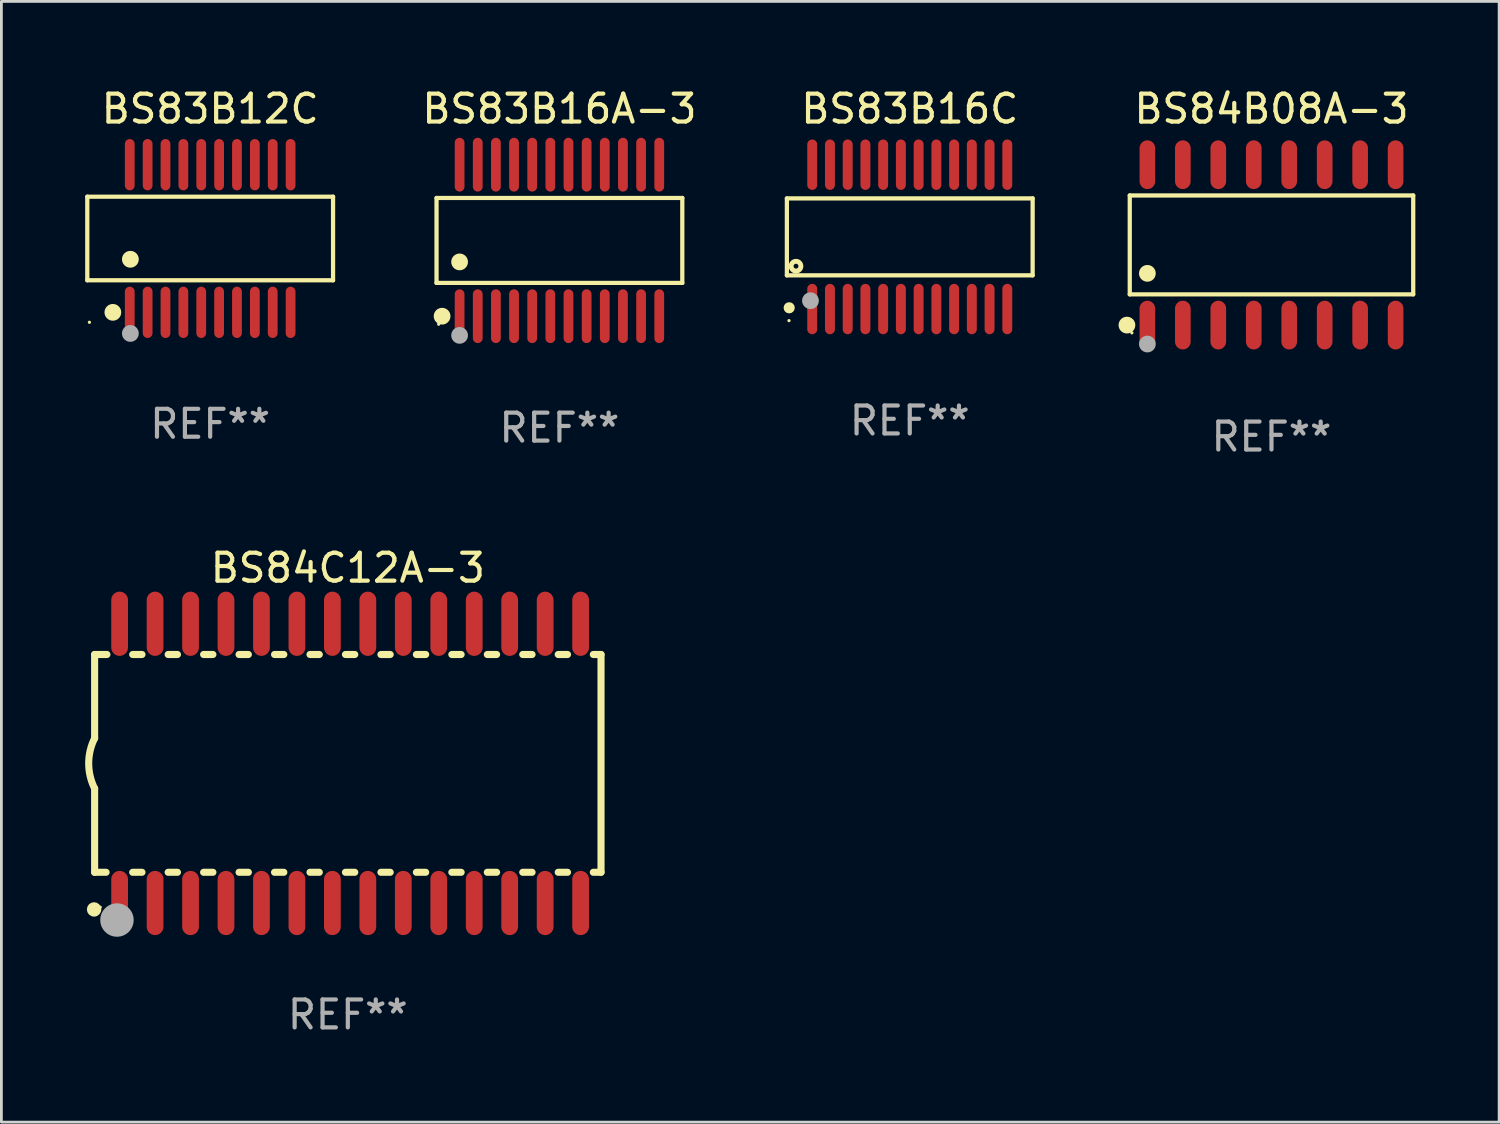
<source format=kicad_pcb>
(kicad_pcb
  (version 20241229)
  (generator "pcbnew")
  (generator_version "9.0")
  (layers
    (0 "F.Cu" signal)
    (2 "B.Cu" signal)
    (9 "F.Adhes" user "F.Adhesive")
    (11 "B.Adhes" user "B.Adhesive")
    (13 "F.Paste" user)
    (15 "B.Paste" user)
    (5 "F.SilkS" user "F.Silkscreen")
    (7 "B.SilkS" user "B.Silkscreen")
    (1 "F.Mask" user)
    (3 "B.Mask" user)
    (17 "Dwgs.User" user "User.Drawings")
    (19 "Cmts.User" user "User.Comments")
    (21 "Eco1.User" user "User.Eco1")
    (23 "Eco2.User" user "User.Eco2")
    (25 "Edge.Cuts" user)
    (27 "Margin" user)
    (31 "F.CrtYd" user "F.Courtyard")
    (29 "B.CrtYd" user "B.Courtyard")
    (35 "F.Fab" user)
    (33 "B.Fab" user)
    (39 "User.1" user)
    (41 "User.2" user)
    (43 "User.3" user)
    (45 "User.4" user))
  (footprint "BS84B08A-3"
    (layer "F.Cu")
    (at 42.487 5.721)
    (property "Reference" "BS84B08A-3" (at 0 -4.872 0) (layer "F.SilkS") (effects (font (size 1 1) (thickness 0.15))))
    (attr through_hole)
    (fp_line (start -5.076 -1.771) (end 5.076 -1.771) (stroke (width 0.152) (type solid)) (layer "F.SilkS"))
    (fp_line (start -5.076 1.771) (end -5.076 -1.771) (stroke (width 0.152) (type solid)) (layer "F.SilkS"))
    (fp_line (start 5.076 -1.771) (end 5.076 1.771) (stroke (width 0.152) (type solid)) (layer "F.SilkS"))
    (fp_line (start 5.076 1.771) (end -5.076 1.771) (stroke (width 0.152) (type solid)) (layer "F.SilkS"))
    (fp_circle (center -5.177 2.872) (end -5.027 2.872) (stroke (width 0.3) (type solid)) (fill no) (layer "F.SilkS"))
    (fp_circle (center -5 3.15) (end -4.97 3.15) (stroke (width 0.06) (type solid)) (fill no) (layer "F.SilkS"))
    (fp_circle (center -4.445 1.019) (end -4.295 1.019) (stroke (width 0.3) (type solid)) (fill no) (layer "F.SilkS"))
    (fp_circle (center -4.445 3.55) (end -4.295 3.55) (stroke (width 0.3) (type solid)) (fill no) (layer "F.Fab"))
    (fp_text user "REF**" (at 0 6.872 0) (layer "F.Fab") (effects (font (size 1 1) (thickness 0.15))))
    (pad "1" smd oval (at -4.445 2.872) (size 0.56 1.745) (layers "F.Cu" "F.Mask" "F.Paste"))
    (pad "2" smd oval (at -3.175 2.872) (size 0.56 1.745) (layers "F.Cu" "F.Mask" "F.Paste"))
    (pad "3" smd oval (at -1.905 2.872) (size 0.56 1.745) (layers "F.Cu" "F.Mask" "F.Paste"))
    (pad "4" smd oval (at -0.635 2.872) (size 0.56 1.745) (layers "F.Cu" "F.Mask" "F.Paste"))
    (pad "5" smd oval (at 0.635 2.872) (size 0.56 1.745) (layers "F.Cu" "F.Mask" "F.Paste"))
    (pad "6" smd oval (at 1.905 2.872) (size 0.56 1.745) (layers "F.Cu" "F.Mask" "F.Paste"))
    (pad "7" smd oval (at 3.175 2.872) (size 0.56 1.745) (layers "F.Cu" "F.Mask" "F.Paste"))
    (pad "8" smd oval (at 4.445 2.872) (size 0.56 1.745) (layers "F.Cu" "F.Mask" "F.Paste"))
    (pad "9" smd oval (at 4.445 -2.872) (size 0.56 1.745) (layers "F.Cu" "F.Mask" "F.Paste"))
    (pad "10" smd oval (at 3.175 -2.872) (size 0.56 1.745) (layers "F.Cu" "F.Mask" "F.Paste"))
    (pad "11" smd oval (at 1.905 -2.872) (size 0.56 1.745) (layers "F.Cu" "F.Mask" "F.Paste"))
    (pad "12" smd oval (at 0.635 -2.872) (size 0.56 1.745) (layers "F.Cu" "F.Mask" "F.Paste"))
    (pad "13" smd oval (at -0.635 -2.872) (size 0.56 1.745) (layers "F.Cu" "F.Mask" "F.Paste"))
    (pad "14" smd oval (at -1.905 -2.872) (size 0.56 1.745) (layers "F.Cu" "F.Mask" "F.Paste"))
    (pad "15" smd oval (at -3.175 -2.872) (size 0.56 1.745) (layers "F.Cu" "F.Mask" "F.Paste"))
    (pad "16" smd oval (at -4.445 -2.872) (size 0.56 1.745) (layers "F.Cu" "F.Mask" "F.Paste")))
  (footprint "BS83B16A-3"
    (layer "F.Cu")
    (at 16.985 5.561)
    (property "Reference" "BS83B16A-3" (at 0 -4.713 0) (layer "F.SilkS") (effects (font (size 1 1) (thickness 0.15))))
    (attr through_hole)
    (fp_line (start -4.401 -1.521) (end 4.401 -1.521) (stroke (width 0.152) (type solid)) (layer "F.SilkS"))
    (fp_line (start -4.401 1.521) (end -4.401 -1.521) (stroke (width 0.152) (type solid)) (layer "F.SilkS"))
    (fp_line (start 4.401 -1.521) (end 4.401 1.521) (stroke (width 0.152) (type solid)) (layer "F.SilkS"))
    (fp_line (start 4.401 1.521) (end -4.401 1.521) (stroke (width 0.152) (type solid)) (layer "F.SilkS"))
    (fp_circle (center -4.325 3) (end -4.295 3) (stroke (width 0.06) (type solid)) (fill no) (layer "F.SilkS"))
    (fp_circle (center -4.202 2.713) (end -4.052 2.713) (stroke (width 0.3) (type solid)) (fill no) (layer "F.SilkS"))
    (fp_circle (center -3.575 0.769) (end -3.425 0.769) (stroke (width 0.3) (type solid)) (fill no) (layer "F.SilkS"))
    (fp_circle (center -3.575 3.4) (end -3.425 3.4) (stroke (width 0.3) (type solid)) (fill no) (layer "F.Fab"))
    (fp_text user "REF**" (at 0 6.713 0) (layer "F.Fab") (effects (font (size 1 1) (thickness 0.15))))
    (pad "1" smd oval (at -3.575 2.713) (size 0.35 1.926) (layers "F.Cu" "F.Mask" "F.Paste"))
    (pad "2" smd oval (at -2.925 2.713) (size 0.35 1.926) (layers "F.Cu" "F.Mask" "F.Paste"))
    (pad "3" smd oval (at -2.275 2.713) (size 0.35 1.926) (layers "F.Cu" "F.Mask" "F.Paste"))
    (pad "4" smd oval (at -1.625 2.713) (size 0.35 1.926) (layers "F.Cu" "F.Mask" "F.Paste"))
    (pad "5" smd oval (at -0.975 2.713) (size 0.35 1.926) (layers "F.Cu" "F.Mask" "F.Paste"))
    (pad "6" smd oval (at -0.325 2.713) (size 0.35 1.926) (layers "F.Cu" "F.Mask" "F.Paste"))
    (pad "7" smd oval (at 0.325 2.713) (size 0.35 1.926) (layers "F.Cu" "F.Mask" "F.Paste"))
    (pad "8" smd oval (at 0.975 2.713) (size 0.35 1.926) (layers "F.Cu" "F.Mask" "F.Paste"))
    (pad "9" smd oval (at 1.625 2.713) (size 0.35 1.926) (layers "F.Cu" "F.Mask" "F.Paste"))
    (pad "10" smd oval (at 2.275 2.713) (size 0.35 1.926) (layers "F.Cu" "F.Mask" "F.Paste"))
    (pad "11" smd oval (at 2.925 2.713) (size 0.35 1.926) (layers "F.Cu" "F.Mask" "F.Paste"))
    (pad "12" smd oval (at 3.575 2.713) (size 0.35 1.926) (layers "F.Cu" "F.Mask" "F.Paste"))
    (pad "13" smd oval (at 3.575 -2.713) (size 0.35 1.926) (layers "F.Cu" "F.Mask" "F.Paste"))
    (pad "14" smd oval (at 2.925 -2.713) (size 0.35 1.926) (layers "F.Cu" "F.Mask" "F.Paste"))
    (pad "15" smd oval (at 2.275 -2.713) (size 0.35 1.926) (layers "F.Cu" "F.Mask" "F.Paste"))
    (pad "16" smd oval (at 1.625 -2.713) (size 0.35 1.926) (layers "F.Cu" "F.Mask" "F.Paste"))
    (pad "17" smd oval (at 0.975 -2.713) (size 0.35 1.926) (layers "F.Cu" "F.Mask" "F.Paste"))
    (pad "18" smd oval (at 0.325 -2.713) (size 0.35 1.926) (layers "F.Cu" "F.Mask" "F.Paste"))
    (pad "19" smd oval (at -0.325 -2.713) (size 0.35 1.926) (layers "F.Cu" "F.Mask" "F.Paste"))
    (pad "20" smd oval (at -0.975 -2.713) (size 0.35 1.926) (layers "F.Cu" "F.Mask" "F.Paste"))
    (pad "21" smd oval (at -1.625 -2.713) (size 0.35 1.926) (layers "F.Cu" "F.Mask" "F.Paste"))
    (pad "22" smd oval (at -2.275 -2.713) (size 0.35 1.926) (layers "F.Cu" "F.Mask" "F.Paste"))
    (pad "23" smd oval (at -2.925 -2.713) (size 0.35 1.926) (layers "F.Cu" "F.Mask" "F.Paste"))
    (pad "24" smd oval (at -3.575 -2.713) (size 0.35 1.926) (layers "F.Cu" "F.Mask" "F.Paste")))
  (footprint "BS84C12A-3"
    (layer "F.Cu")
    (at 9.407 24.29)
    (property "Reference" "BS84C12A-3" (at 0 -7 0) (layer "F.SilkS") (effects (font (size 1 1) (thickness 0.15))))
    (attr through_hole)
    (fp_line (start -9.068 -3.9) (end -9.068 -0.9) (stroke (width 0.254) (type solid)) (layer "F.SilkS"))
    (fp_line (start -9.068 -3.9) (end -8.628 -3.9) (stroke (width 0.254) (type solid)) (layer "F.SilkS"))
    (fp_line (start -9.068 3.9) (end -9.068 0.9) (stroke (width 0.254) (type solid)) (layer "F.SilkS"))
    (fp_line (start -9.068 3.9) (end -8.658 3.9) (stroke (width 0.254) (type solid)) (layer "F.SilkS"))
    (fp_line (start -7.705 -3.9) (end -7.372 -3.9) (stroke (width 0.254) (type solid)) (layer "F.SilkS"))
    (fp_line (start -7.705 3.9) (end -7.372 3.9) (stroke (width 0.254) (type solid)) (layer "F.SilkS"))
    (fp_line (start -6.435 3.9) (end -6.102 3.9) (stroke (width 0.254) (type solid)) (layer "F.SilkS"))
    (fp_line (start -6.435 -3.9) (end -6.102 -3.9) (stroke (width 0.254) (type solid)) (layer "F.SilkS"))
    (fp_line (start -5.165 3.9) (end -4.832 3.9) (stroke (width 0.254) (type solid)) (layer "F.SilkS"))
    (fp_line (start -5.165 -3.9) (end -4.832 -3.9) (stroke (width 0.254) (type solid)) (layer "F.SilkS"))
    (fp_line (start -3.895 3.9) (end -3.562 3.9) (stroke (width 0.254) (type solid)) (layer "F.SilkS"))
    (fp_line (start -3.895 -3.9) (end -3.562 -3.9) (stroke (width 0.254) (type solid)) (layer "F.SilkS"))
    (fp_line (start -2.625 3.9) (end -2.292 3.9) (stroke (width 0.254) (type solid)) (layer "F.SilkS"))
    (fp_line (start -2.625 -3.9) (end -2.292 -3.9) (stroke (width 0.254) (type solid)) (layer "F.SilkS"))
    (fp_line (start -1.355 3.9) (end -1.022 3.9) (stroke (width 0.254) (type solid)) (layer "F.SilkS"))
    (fp_line (start -1.355 -3.9) (end -1.022 -3.9) (stroke (width 0.254) (type solid)) (layer "F.SilkS"))
    (fp_line (start -0.085 3.9) (end 0.248 3.9) (stroke (width 0.254) (type solid)) (layer "F.SilkS"))
    (fp_line (start -0.085 -3.9) (end 0.248 -3.9) (stroke (width 0.254) (type solid)) (layer "F.SilkS"))
    (fp_line (start 1.185 3.9) (end 1.518 3.9) (stroke (width 0.254) (type solid)) (layer "F.SilkS"))
    (fp_line (start 1.185 -3.9) (end 1.518 -3.9) (stroke (width 0.254) (type solid)) (layer "F.SilkS"))
    (fp_line (start 2.455 3.9) (end 2.788 3.9) (stroke (width 0.254) (type solid)) (layer "F.SilkS"))
    (fp_line (start 2.455 -3.9) (end 2.788 -3.9) (stroke (width 0.254) (type solid)) (layer "F.SilkS"))
    (fp_line (start 3.725 3.9) (end 4.058 3.9) (stroke (width 0.254) (type solid)) (layer "F.SilkS"))
    (fp_line (start 3.725 -3.9) (end 4.058 -3.9) (stroke (width 0.254) (type solid)) (layer "F.SilkS"))
    (fp_line (start 4.995 3.9) (end 5.328 3.9) (stroke (width 0.254) (type solid)) (layer "F.SilkS"))
    (fp_line (start 4.995 -3.9) (end 5.328 -3.9) (stroke (width 0.254) (type solid)) (layer "F.SilkS"))
    (fp_line (start 6.265 3.9) (end 6.598 3.9) (stroke (width 0.254) (type solid)) (layer "F.SilkS"))
    (fp_line (start 6.265 -3.9) (end 6.598 -3.9) (stroke (width 0.254) (type solid)) (layer "F.SilkS"))
    (fp_line (start 7.535 -3.9) (end 7.868 -3.9) (stroke (width 0.254) (type solid)) (layer "F.SilkS"))
    (fp_line (start 7.535 3.9) (end 7.868 3.9) (stroke (width 0.254) (type solid)) (layer "F.SilkS"))
    (fp_line (start 8.792 -3.9) (end 8.868 -3.9) (stroke (width 0.254) (type solid)) (layer "F.SilkS"))
    (fp_line (start 8.792 3.9) (end 9.068 3.9) (stroke (width 0.254) (type solid)) (layer "F.SilkS"))
    (fp_line (start 8.868 -3.9) (end 9.068 -3.9) (stroke (width 0.254) (type solid)) (layer "F.SilkS"))
    (fp_line (start 9.068 -3.9) (end 9.068 3.9) (stroke (width 0.254) (type solid)) (layer "F.SilkS"))
    (fp_arc (start -9.068021 0.900432) (mid -9.280415 0.000246) (end -9.068275 -0.9) (stroke (width 0.254001) (type solid)) (layer "F.SilkS"))
    (fp_circle (center -9.088 5.23) (end -8.957 5.23) (stroke (width 0.254) (type solid)) (fill no) (layer "F.SilkS"))
    (fp_circle (center -8.868 5.15) (end -8.838 5.15) (stroke (width 0.06) (type solid)) (fill no) (layer "F.SilkS"))
    (fp_circle (center -8.268 5.61) (end -7.968 5.61) (stroke (width 0.6) (type solid)) (fill no) (layer "F.Fab"))
    (fp_text user "REF**" (at 0 9 0) (layer "F.Fab") (effects (font (size 1 1) (thickness 0.15))))
    (pad "1" smd oval (at -8.173 5) (size 0.6 2.3) (layers "F.Cu" "F.Mask" "F.Paste"))
    (pad "2" smd oval (at -6.903 5) (size 0.6 2.3) (layers "F.Cu" "F.Mask" "F.Paste"))
    (pad "3" smd oval (at -5.633 5) (size 0.6 2.3) (layers "F.Cu" "F.Mask" "F.Paste"))
    (pad "4" smd oval (at -4.363 5) (size 0.6 2.3) (layers "F.Cu" "F.Mask" "F.Paste"))
    (pad "5" smd oval (at -3.093 5) (size 0.6 2.3) (layers "F.Cu" "F.Mask" "F.Paste"))
    (pad "6" smd oval (at -1.823 5) (size 0.6 2.3) (layers "F.Cu" "F.Mask" "F.Paste"))
    (pad "7" smd oval (at -0.553 5) (size 0.6 2.3) (layers "F.Cu" "F.Mask" "F.Paste"))
    (pad "8" smd oval (at 0.717 5) (size 0.6 2.3) (layers "F.Cu" "F.Mask" "F.Paste"))
    (pad "9" smd oval (at 1.987 5) (size 0.6 2.3) (layers "F.Cu" "F.Mask" "F.Paste"))
    (pad "10" smd oval (at 3.257 5) (size 0.6 2.3) (layers "F.Cu" "F.Mask" "F.Paste"))
    (pad "11" smd oval (at 4.527 5) (size 0.6 2.3) (layers "F.Cu" "F.Mask" "F.Paste"))
    (pad "12" smd oval (at 5.797 5) (size 0.6 2.3) (layers "F.Cu" "F.Mask" "F.Paste"))
    (pad "13" smd oval (at 7.067 5) (size 0.6 2.3) (layers "F.Cu" "F.Mask" "F.Paste"))
    (pad "14" smd oval (at 8.337 5) (size 0.6 2.3) (layers "F.Cu" "F.Mask" "F.Paste"))
    (pad "15" smd oval (at 8.337 -5) (size 0.6 2.3) (layers "F.Cu" "F.Mask" "F.Paste"))
    (pad "16" smd oval (at 7.067 -5) (size 0.6 2.3) (layers "F.Cu" "F.Mask" "F.Paste"))
    (pad "17" smd oval (at 5.797 -5) (size 0.6 2.3) (layers "F.Cu" "F.Mask" "F.Paste"))
    (pad "18" smd oval (at 4.527 -5) (size 0.6 2.3) (layers "F.Cu" "F.Mask" "F.Paste"))
    (pad "19" smd oval (at 3.257 -5) (size 0.6 2.3) (layers "F.Cu" "F.Mask" "F.Paste"))
    (pad "20" smd oval (at 1.987 -5) (size 0.6 2.3) (layers "F.Cu" "F.Mask" "F.Paste"))
    (pad "21" smd oval (at 0.717 -5) (size 0.6 2.3) (layers "F.Cu" "F.Mask" "F.Paste"))
    (pad "22" smd oval (at -0.553 -5) (size 0.6 2.3) (layers "F.Cu" "F.Mask" "F.Paste"))
    (pad "23" smd oval (at -1.823 -5) (size 0.6 2.3) (layers "F.Cu" "F.Mask" "F.Paste"))
    (pad "24" smd oval (at -3.093 -5) (size 0.6 2.3) (layers "F.Cu" "F.Mask" "F.Paste"))
    (pad "25" smd oval (at -4.363 -5) (size 0.6 2.3) (layers "F.Cu" "F.Mask" "F.Paste"))
    (pad "26" smd oval (at -5.633 -5) (size 0.6 2.3) (layers "F.Cu" "F.Mask" "F.Paste"))
    (pad "27" smd oval (at -6.903 -5) (size 0.6 2.3) (layers "F.Cu" "F.Mask" "F.Paste"))
    (pad "28" smd oval (at -8.173 -5) (size 0.6 2.3) (layers "F.Cu" "F.Mask" "F.Paste")))
  (footprint "BS83B16C"
    (layer "F.Cu")
    (at 29.532 5.433)
    (property "Reference" "BS83B16C" (at 0 -4.585 0) (layer "F.SilkS") (effects (font (size 1 1) (thickness 0.15))))
    (attr through_hole)
    (fp_line (start -4.401 -1.378) (end 4.401 -1.378) (stroke (width 0.152) (type solid)) (layer "F.SilkS"))
    (fp_line (start -4.401 1.378) (end -4.401 -1.378) (stroke (width 0.152) (type solid)) (layer "F.SilkS"))
    (fp_line (start 4.401 -1.378) (end 4.401 1.378) (stroke (width 0.152) (type solid)) (layer "F.SilkS"))
    (fp_line (start 4.401 1.378) (end -4.401 1.378) (stroke (width 0.152) (type solid)) (layer "F.SilkS"))
    (fp_circle (center -4.325 3) (end -4.295 3) (stroke (width 0.06) (type solid)) (fill no) (layer "F.SilkS"))
    (fp_circle (center -4.318 2.54) (end -4.218 2.54) (stroke (width 0.2) (type solid)) (fill no) (layer "F.SilkS"))
    (fp_circle (center -4.074 1.05) (end -3.987 1.05) (stroke (width 0.175) (type solid)) (fill no) (layer "F.SilkS"))
    (fp_circle (center -3.556 2.286) (end -3.406 2.286) (stroke (width 0.3) (type solid)) (fill no) (layer "F.Fab"))
    (fp_text user "REF**" (at 0 6.585 0) (layer "F.Fab") (effects (font (size 1 1) (thickness 0.15))))
    (pad "1" smd oval (at -3.493 2.585) (size 0.356 1.805) (layers "F.Cu" "F.Mask" "F.Paste"))
    (pad "2" smd oval (at -2.858 2.585) (size 0.356 1.805) (layers "F.Cu" "F.Mask" "F.Paste"))
    (pad "3" smd oval (at -2.223 2.585) (size 0.356 1.805) (layers "F.Cu" "F.Mask" "F.Paste"))
    (pad "4" smd oval (at -1.588 2.585) (size 0.356 1.805) (layers "F.Cu" "F.Mask" "F.Paste"))
    (pad "5" smd oval (at -0.953 2.585) (size 0.356 1.805) (layers "F.Cu" "F.Mask" "F.Paste"))
    (pad "6" smd oval (at -0.318 2.585) (size 0.356 1.805) (layers "F.Cu" "F.Mask" "F.Paste"))
    (pad "7" smd oval (at 0.318 2.585) (size 0.356 1.805) (layers "F.Cu" "F.Mask" "F.Paste"))
    (pad "8" smd oval (at 0.953 2.585) (size 0.356 1.805) (layers "F.Cu" "F.Mask" "F.Paste"))
    (pad "9" smd oval (at 1.588 2.585) (size 0.356 1.805) (layers "F.Cu" "F.Mask" "F.Paste"))
    (pad "10" smd oval (at 2.223 2.585) (size 0.356 1.805) (layers "F.Cu" "F.Mask" "F.Paste"))
    (pad "11" smd oval (at 2.858 2.585) (size 0.356 1.805) (layers "F.Cu" "F.Mask" "F.Paste"))
    (pad "12" smd oval (at 3.493 2.585) (size 0.356 1.805) (layers "F.Cu" "F.Mask" "F.Paste"))
    (pad "13" smd oval (at 3.493 -2.585) (size 0.356 1.805) (layers "F.Cu" "F.Mask" "F.Paste"))
    (pad "14" smd oval (at 2.858 -2.585) (size 0.356 1.805) (layers "F.Cu" "F.Mask" "F.Paste"))
    (pad "15" smd oval (at 2.223 -2.585) (size 0.356 1.805) (layers "F.Cu" "F.Mask" "F.Paste"))
    (pad "16" smd oval (at 1.588 -2.585) (size 0.356 1.805) (layers "F.Cu" "F.Mask" "F.Paste"))
    (pad "17" smd oval (at 0.953 -2.585) (size 0.356 1.805) (layers "F.Cu" "F.Mask" "F.Paste"))
    (pad "18" smd oval (at 0.318 -2.585) (size 0.356 1.805) (layers "F.Cu" "F.Mask" "F.Paste"))
    (pad "19" smd oval (at -0.318 -2.585) (size 0.356 1.805) (layers "F.Cu" "F.Mask" "F.Paste"))
    (pad "20" smd oval (at -0.953 -2.585) (size 0.356 1.805) (layers "F.Cu" "F.Mask" "F.Paste"))
    (pad "21" smd oval (at -1.588 -2.585) (size 0.356 1.805) (layers "F.Cu" "F.Mask" "F.Paste"))
    (pad "22" smd oval (at -2.223 -2.585) (size 0.356 1.805) (layers "F.Cu" "F.Mask" "F.Paste"))
    (pad "23" smd oval (at -2.858 -2.585) (size 0.356 1.805) (layers "F.Cu" "F.Mask" "F.Paste"))
    (pad "24" smd oval (at -3.493 -2.585) (size 0.356 1.805) (layers "F.Cu" "F.Mask" "F.Paste")))
  (footprint "BS83B12C"
    (layer "F.Cu")
    (at 4.477 5.492)
    (property "Reference" "BS83B12C" (at 0 -4.644 0) (layer "F.SilkS") (effects (font (size 1 1) (thickness 0.15))))
    (attr through_hole)
    (fp_line (start -4.401 -1.497) (end 4.401 -1.497) (stroke (width 0.152) (type solid)) (layer "F.SilkS"))
    (fp_line (start -4.401 1.496) (end -4.401 -1.497) (stroke (width 0.152) (type solid)) (layer "F.SilkS"))
    (fp_line (start 4.401 -1.497) (end 4.401 1.496) (stroke (width 0.152) (type solid)) (layer "F.SilkS"))
    (fp_line (start 4.401 1.496) (end -4.401 1.496) (stroke (width 0.152) (type solid)) (layer "F.SilkS"))
    (fp_circle (center -4.325 3) (end -4.295 3) (stroke (width 0.06) (type solid)) (fill no) (layer "F.SilkS"))
    (fp_circle (center -3.485 2.644) (end -3.335 2.644) (stroke (width 0.3) (type solid)) (fill no) (layer "F.SilkS"))
    (fp_circle (center -2.858 0.744) (end -2.707 0.744) (stroke (width 0.3) (type solid)) (fill no) (layer "F.SilkS"))
    (fp_circle (center -2.858 3.4) (end -2.707 3.4) (stroke (width 0.3) (type solid)) (fill no) (layer "F.Fab"))
    (fp_text user "REF**" (at 0 6.644 0) (layer "F.Fab") (effects (font (size 1 1) (thickness 0.15))))
    (pad "1" smd oval (at -2.88 2.644) (size 0.35 1.837) (layers "F.Cu" "F.Mask" "F.Paste"))
    (pad "2" smd oval (at -2.24 2.644) (size 0.35 1.837) (layers "F.Cu" "F.Mask" "F.Paste"))
    (pad "3" smd oval (at -1.6 2.644) (size 0.35 1.837) (layers "F.Cu" "F.Mask" "F.Paste"))
    (pad "4" smd oval (at -0.96 2.644) (size 0.35 1.837) (layers "F.Cu" "F.Mask" "F.Paste"))
    (pad "5" smd oval (at -0.32 2.644) (size 0.35 1.837) (layers "F.Cu" "F.Mask" "F.Paste"))
    (pad "6" smd oval (at 0.32 2.644) (size 0.35 1.837) (layers "F.Cu" "F.Mask" "F.Paste"))
    (pad "7" smd oval (at 0.96 2.644) (size 0.35 1.837) (layers "F.Cu" "F.Mask" "F.Paste"))
    (pad "8" smd oval (at 1.6 2.644) (size 0.35 1.837) (layers "F.Cu" "F.Mask" "F.Paste"))
    (pad "9" smd oval (at 2.24 2.644) (size 0.35 1.837) (layers "F.Cu" "F.Mask" "F.Paste"))
    (pad "10" smd oval (at 2.88 2.644) (size 0.35 1.837) (layers "F.Cu" "F.Mask" "F.Paste"))
    (pad "11" smd oval (at 2.88 -2.644 180) (size 0.35 1.837) (layers "F.Cu" "F.Mask" "F.Paste"))
    (pad "12" smd oval (at 2.24 -2.644 180) (size 0.35 1.837) (layers "F.Cu" "F.Mask" "F.Paste"))
    (pad "13" smd oval (at 1.6 -2.644 180) (size 0.35 1.837) (layers "F.Cu" "F.Mask" "F.Paste"))
    (pad "14" smd oval (at 0.96 -2.644 180) (size 0.35 1.837) (layers "F.Cu" "F.Mask" "F.Paste"))
    (pad "15" smd oval (at 0.32 -2.644 180) (size 0.35 1.837) (layers "F.Cu" "F.Mask" "F.Paste"))
    (pad "16" smd oval (at -0.32 -2.644 180) (size 0.35 1.837) (layers "F.Cu" "F.Mask" "F.Paste"))
    (pad "17" smd oval (at -0.96 -2.644 180) (size 0.35 1.837) (layers "F.Cu" "F.Mask" "F.Paste"))
    (pad "18" smd oval (at -1.6 -2.644 180) (size 0.35 1.837) (layers "F.Cu" "F.Mask" "F.Paste"))
    (pad "19" smd oval (at -2.24 -2.644 180) (size 0.35 1.837) (layers "F.Cu" "F.Mask" "F.Paste"))
    (pad "20" smd oval (at -2.88 -2.644 180) (size 0.35 1.837) (layers "F.Cu" "F.Mask" "F.Paste")))
  (gr_rect
    (start -3 -3)
    (end 50.64 37.138)
    (stroke (width 0.1) (type default))
    (fill no)
    (layer "Edge.Cuts")))
</source>
